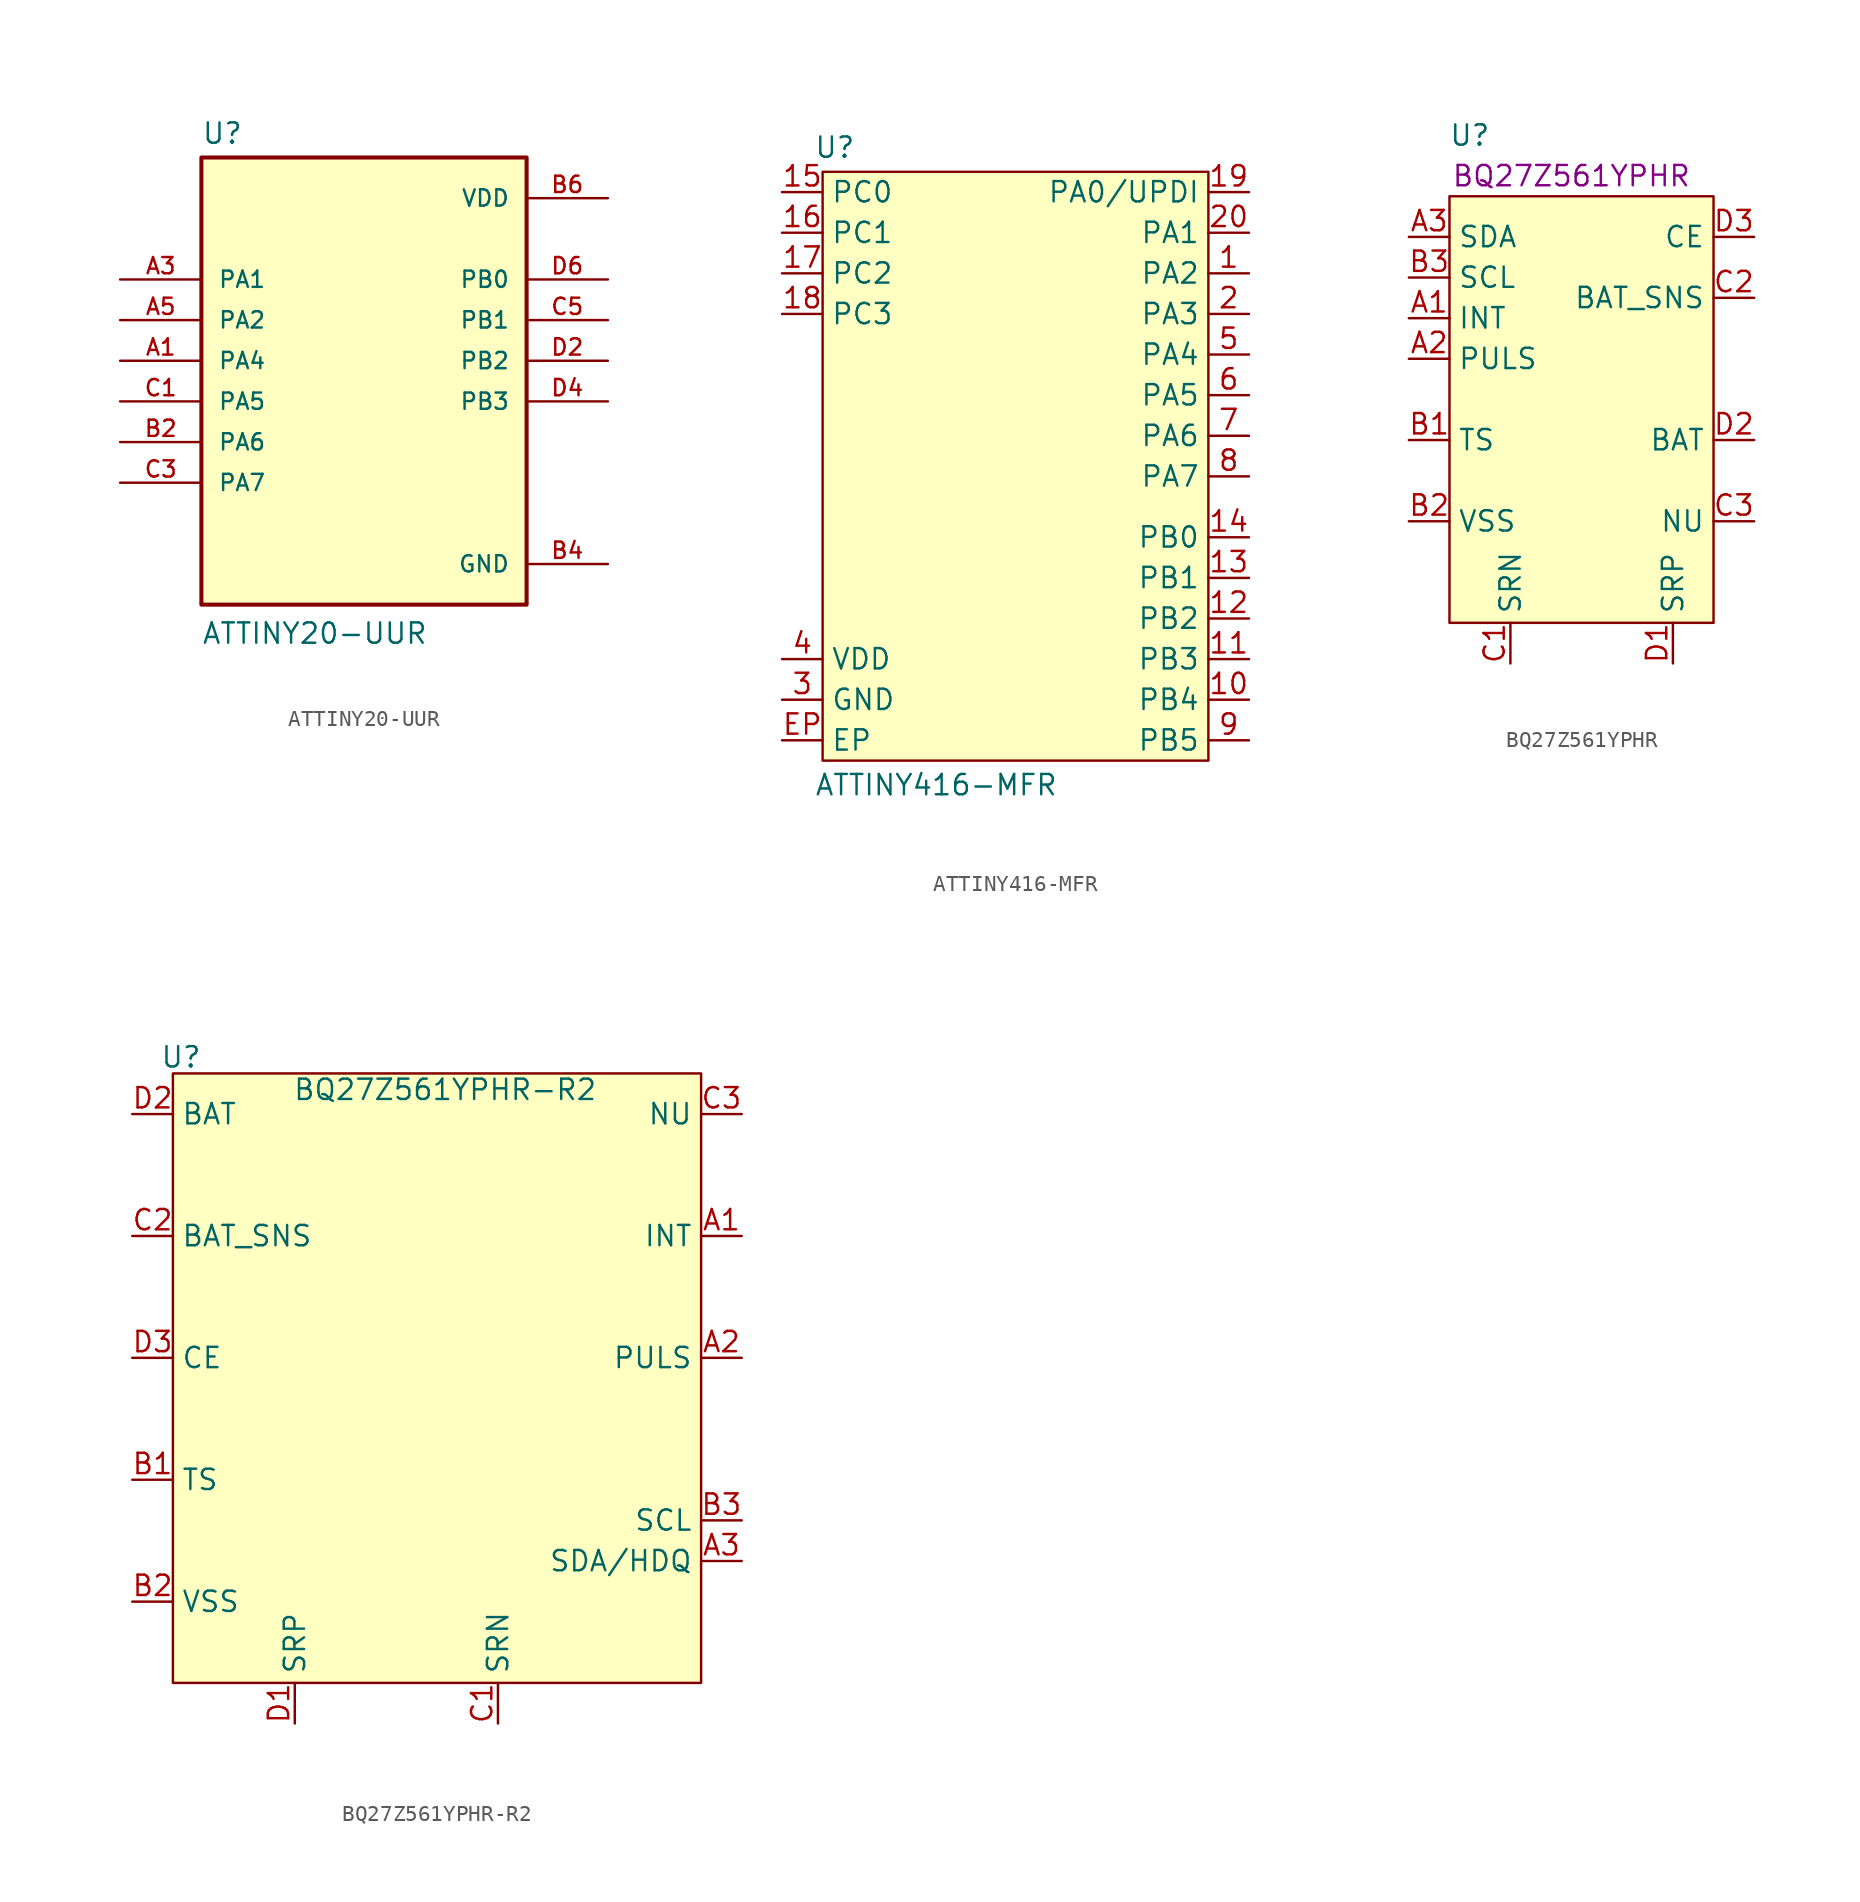
<source format=kicad_sym>
(kicad_symbol_lib
  (version 20241209)
  (generator "kicad_symbol_editor")
  (generator_version "9.0")
  (symbol "ATTINY20-UUR"
    (pin_names
      (offset 1.016))
    (property "Reference" "U"
      (at -10.16 13.462 0)
      (effects (font (size 1.27 1.27)) (justify left bottom)))
    (property "Value" "ATTINY20-UUR"
      (at -10.16 -17.78 0)
      (effects (font (size 1.27 1.27)) (justify left bottom)))
    (symbol "ATTINY20-UUR_0_0"
      (rectangle (start -10.16 12.7) (end 10.16 -15.24) (stroke (width 0.254) (type default)) (fill (type background)))
      (pin bidirectional line (at -15.24 5.08 0) (length 5.08) (name "PA1" (effects (font (size 1.016 1.016)))) (number "A3" (effects (font (size 1.016 1.016)))))
      (pin bidirectional line (at -15.24 2.54 0) (length 5.08) (name "PA2" (effects (font (size 1.016 1.016)))) (number "A5" (effects (font (size 1.016 1.016)))))
      (pin bidirectional line (at -15.24 0 0) (length 5.08) (name "PA4" (effects (font (size 1.016 1.016)))) (number "A1" (effects (font (size 1.016 1.016)))))
      (pin bidirectional line (at -15.24 -2.54 0) (length 5.08) (name "PA5" (effects (font (size 1.016 1.016)))) (number "C1" (effects (font (size 1.016 1.016)))))
      (pin bidirectional line (at -15.24 -5.08 0) (length 5.08) (name "PA6" (effects (font (size 1.016 1.016)))) (number "B2" (effects (font (size 1.016 1.016)))))
      (pin bidirectional line (at -15.24 -7.62 0) (length 5.08) (name "PA7" (effects (font (size 1.016 1.016)))) (number "C3" (effects (font (size 1.016 1.016)))))
      (pin power_in line (at 15.24 10.16 180) (length 5.08) (name "VDD" (effects (font (size 1.016 1.016)))) (number "B6" (effects (font (size 1.016 1.016)))))
      (pin bidirectional line (at 15.24 5.08 180) (length 5.08) (name "PB0" (effects (font (size 1.016 1.016)))) (number "D6" (effects (font (size 1.016 1.016)))))
      (pin bidirectional line (at 15.24 2.54 180) (length 5.08) (name "PB1" (effects (font (size 1.016 1.016)))) (number "C5" (effects (font (size 1.016 1.016)))))
      (pin bidirectional line (at 15.24 0 180) (length 5.08) (name "PB2" (effects (font (size 1.016 1.016)))) (number "D2" (effects (font (size 1.016 1.016)))))
      (pin bidirectional line (at 15.24 -2.54 180) (length 5.08) (name "PB3" (effects (font (size 1.016 1.016)))) (number "D4" (effects (font (size 1.016 1.016)))))
      (pin power_in line (at 15.24 -12.7 180) (length 5.08) (name "GND" (effects (font (size 1.016 1.016)))) (number "B4" (effects (font (size 1.016 1.016)))))))
  (symbol "ATTINY416-MFR"
    (property "Reference" "U"
      (at 3.302 2.794 0)
      (effects (font (size 1.27 1.27))))
    (property "Value" "ATTINY416-MFR"
      (at 9.652 -37.084 0)
      (effects (font (size 1.27 1.27))))
    (symbol "ATTINY416-MFR_0_0"
      (pin passive line (at 0 0 0) (length 2.54) (name "PC0" (effects (font (size 1.27 1.27)))) (number "15" (effects (font (size 1.27 1.27)))))
      (pin passive line (at 0 -2.54 0) (length 2.54) (name "PC1" (effects (font (size 1.27 1.27)))) (number "16" (effects (font (size 1.27 1.27)))))
      (pin passive line (at 0 -5.08 0) (length 2.54) (name "PC2" (effects (font (size 1.27 1.27)))) (number "17" (effects (font (size 1.27 1.27)))))
      (pin passive line (at 0 -7.62 0) (length 2.54) (name "PC3" (effects (font (size 1.27 1.27)))) (number "18" (effects (font (size 1.27 1.27)))))
      (pin passive line (at 0 -29.21 0) (length 2.54) (name "VDD" (effects (font (size 1.27 1.27)))) (number "4" (effects (font (size 1.27 1.27)))))
      (pin passive line (at 0 -31.75 0) (length 2.54) (name "GND" (effects (font (size 1.27 1.27)))) (number "3" (effects (font (size 1.27 1.27)))))
      (pin passive line (at 0 -34.29 0) (length 2.54) (name "EP" (effects (font (size 1.27 1.27)))) (number "EP" (effects (font (size 1.27 1.27)))))
      (pin passive line (at 29.21 0 180) (length 2.54) (name "PA0/UPDI" (effects (font (size 1.27 1.27)))) (number "19" (effects (font (size 1.27 1.27)))))
      (pin passive line (at 29.21 -2.54 180) (length 2.54) (name "PA1" (effects (font (size 1.27 1.27)))) (number "20" (effects (font (size 1.27 1.27)))))
      (pin passive line (at 29.21 -5.08 180) (length 2.54) (name "PA2" (effects (font (size 1.27 1.27)))) (number "1" (effects (font (size 1.27 1.27)))))
      (pin passive line (at 29.21 -7.62 180) (length 2.54) (name "PA3" (effects (font (size 1.27 1.27)))) (number "2" (effects (font (size 1.27 1.27)))))
      (pin passive line (at 29.21 -10.16 180) (length 2.54) (name "PA4" (effects (font (size 1.27 1.27)))) (number "5" (effects (font (size 1.27 1.27)))))
      (pin passive line (at 29.21 -12.7 180) (length 2.54) (name "PA5" (effects (font (size 1.27 1.27)))) (number "6" (effects (font (size 1.27 1.27)))))
      (pin passive line (at 29.21 -15.24 180) (length 2.54) (name "PA6" (effects (font (size 1.27 1.27)))) (number "7" (effects (font (size 1.27 1.27)))))
      (pin passive line (at 29.21 -17.78 180) (length 2.54) (name "PA7" (effects (font (size 1.27 1.27)))) (number "8" (effects (font (size 1.27 1.27)))))
      (pin passive line (at 29.21 -21.59 180) (length 2.54) (name "PB0" (effects (font (size 1.27 1.27)))) (number "14" (effects (font (size 1.27 1.27)))))
      (pin passive line (at 29.21 -24.13 180) (length 2.54) (name "PB1" (effects (font (size 1.27 1.27)))) (number "13" (effects (font (size 1.27 1.27)))))
      (pin passive line (at 29.21 -26.67 180) (length 2.54) (name "PB2" (effects (font (size 1.27 1.27)))) (number "12" (effects (font (size 1.27 1.27)))))
      (pin passive line (at 29.21 -29.21 180) (length 2.54) (name "PB3" (effects (font (size 1.27 1.27)))) (number "11" (effects (font (size 1.27 1.27)))))
      (pin passive line (at 29.21 -31.75 180) (length 2.54) (name "PB4" (effects (font (size 1.27 1.27)))) (number "10" (effects (font (size 1.27 1.27)))))
      (pin passive line (at 29.21 -34.29 180) (length 2.54) (name "PB5" (effects (font (size 1.27 1.27)))) (number "9" (effects (font (size 1.27 1.27))))))
    (symbol "ATTINY416-MFR_1_1"
      (rectangle (start 2.54 1.27) (end 26.67 -35.56) (stroke (width 0) (type solid)) (fill (type background)))))
  (symbol "BQ27Z561YPHR"
    (property "Reference" "U"
      (at 3.81 11.43 0)
      (effects (font (size 1.27 1.27))))
    (property "PartNumber" "BQ27Z561YPHR"
      (at 10.16 8.89 0)
      (effects (font (size 1.27 1.27))))
    (symbol "BQ27Z561YPHR_0_0"
      (pin passive line (at 0 5.08 0) (length 2.54) (name "SDA" (effects (font (size 1.27 1.27)))) (number "A3" (effects (font (size 1.27 1.27)))))
      (pin passive line (at 0 2.54 0) (length 2.54) (name "SCL" (effects (font (size 1.27 1.27)))) (number "B3" (effects (font (size 1.27 1.27)))))
      (pin passive line (at 0 0 0) (length 2.54) (name "INT" (effects (font (size 1.27 1.27)))) (number "A1" (effects (font (size 1.27 1.27)))))
      (pin passive line (at 0 -2.54 0) (length 2.54) (name "PULS" (effects (font (size 1.27 1.27)))) (number "A2" (effects (font (size 1.27 1.27)))))
      (pin passive line (at 0 -7.62 0) (length 2.54) (name "TS" (effects (font (size 1.27 1.27)))) (number "B1" (effects (font (size 1.27 1.27)))))
      (pin passive line (at 0 -12.7 0) (length 2.54) (name "VSS" (effects (font (size 1.27 1.27)))) (number "B2" (effects (font (size 1.27 1.27)))))
      (pin passive line (at 6.35 -21.59 90) (length 2.54) (name "SRN" (effects (font (size 1.27 1.27)))) (number "C1" (effects (font (size 1.27 1.27)))))
      (pin passive line (at 16.51 -21.59 90) (length 2.54) (name "SRP" (effects (font (size 1.27 1.27)))) (number "D1" (effects (font (size 1.27 1.27)))))
      (pin passive line (at 21.59 5.08 180) (length 2.54) (name "CE" (effects (font (size 1.27 1.27)))) (number "D3" (effects (font (size 1.27 1.27)))))
      (pin passive line (at 21.59 1.27 180) (length 2.54) (name "BAT_SNS" (effects (font (size 1.27 1.27)))) (number "C2" (effects (font (size 1.27 1.27)))))
      (pin passive line (at 21.59 -7.62 180) (length 2.54) (name "BAT" (effects (font (size 1.27 1.27)))) (number "D2" (effects (font (size 1.27 1.27)))))
      (pin passive line (at 21.59 -12.7 180) (length 2.54) (name "NU" (effects (font (size 1.27 1.27)))) (number "C3" (effects (font (size 1.27 1.27))))))
    (symbol "BQ27Z561YPHR_1_1"
      (rectangle (start 2.54 7.62) (end 19.05 -19.05) (stroke (width 0) (type default)) (fill (type background)))))
  (symbol "BQ27Z561YPHR-R2"
    (property "Reference" "U"
      (at 3.048 3.556 0)
      (effects (font (size 1.27 1.27))))
    (property "Value" "BQ27Z561YPHR-R2"
      (at 19.558 1.524 0)
      (effects (font (size 1.27 1.27))))
    (symbol "BQ27Z561YPHR-R2_0_0"
      (pin passive line (at 0 0 0) (length 2.54) (name "BAT" (effects (font (size 1.27 1.27)))) (number "D2" (effects (font (size 1.27 1.27)))))
      (pin passive line (at 0 -7.62 0) (length 2.54) (name "BAT_SNS" (effects (font (size 1.27 1.27)))) (number "C2" (effects (font (size 1.27 1.27)))))
      (pin passive line (at 0 -15.24 0) (length 2.54) (name "CE" (effects (font (size 1.27 1.27)))) (number "D3" (effects (font (size 1.27 1.27)))))
      (pin passive line (at 0 -22.86 0) (length 2.54) (name "TS" (effects (font (size 1.27 1.27)))) (number "B1" (effects (font (size 1.27 1.27)))))
      (pin passive line (at 0 -30.48 0) (length 2.54) (name "VSS" (effects (font (size 1.27 1.27)))) (number "B2" (effects (font (size 1.27 1.27)))))
      (pin passive line (at 10.16 -38.1 90) (length 2.54) (name "SRP" (effects (font (size 1.27 1.27)))) (number "D1" (effects (font (size 1.27 1.27)))))
      (pin passive line (at 22.86 -38.1 90) (length 2.54) (name "SRN" (effects (font (size 1.27 1.27)))) (number "C1" (effects (font (size 1.27 1.27)))))
      (pin passive line (at 38.1 0 180) (length 2.54) (name "NU" (effects (font (size 1.27 1.27)))) (number "C3" (effects (font (size 1.27 1.27)))))
      (pin passive line (at 38.1 -7.62 180) (length 2.54) (name "INT" (effects (font (size 1.27 1.27)))) (number "A1" (effects (font (size 1.27 1.27)))))
      (pin passive line (at 38.1 -15.24 180) (length 2.54) (name "PULS" (effects (font (size 1.27 1.27)))) (number "A2" (effects (font (size 1.27 1.27)))))
      (pin passive line (at 38.1 -25.4 180) (length 2.54) (name "SCL" (effects (font (size 1.27 1.27)))) (number "B3" (effects (font (size 1.27 1.27)))))
      (pin passive line (at 38.1 -27.94 180) (length 2.54) (name "SDA/HDQ" (effects (font (size 1.27 1.27)))) (number "A3" (effects (font (size 1.27 1.27))))))
    (symbol "BQ27Z561YPHR-R2_1_1"
      (rectangle (start 2.54 2.54) (end 35.56 -35.56) (stroke (width 0) (type solid)) (fill (type background))))))
</source>
